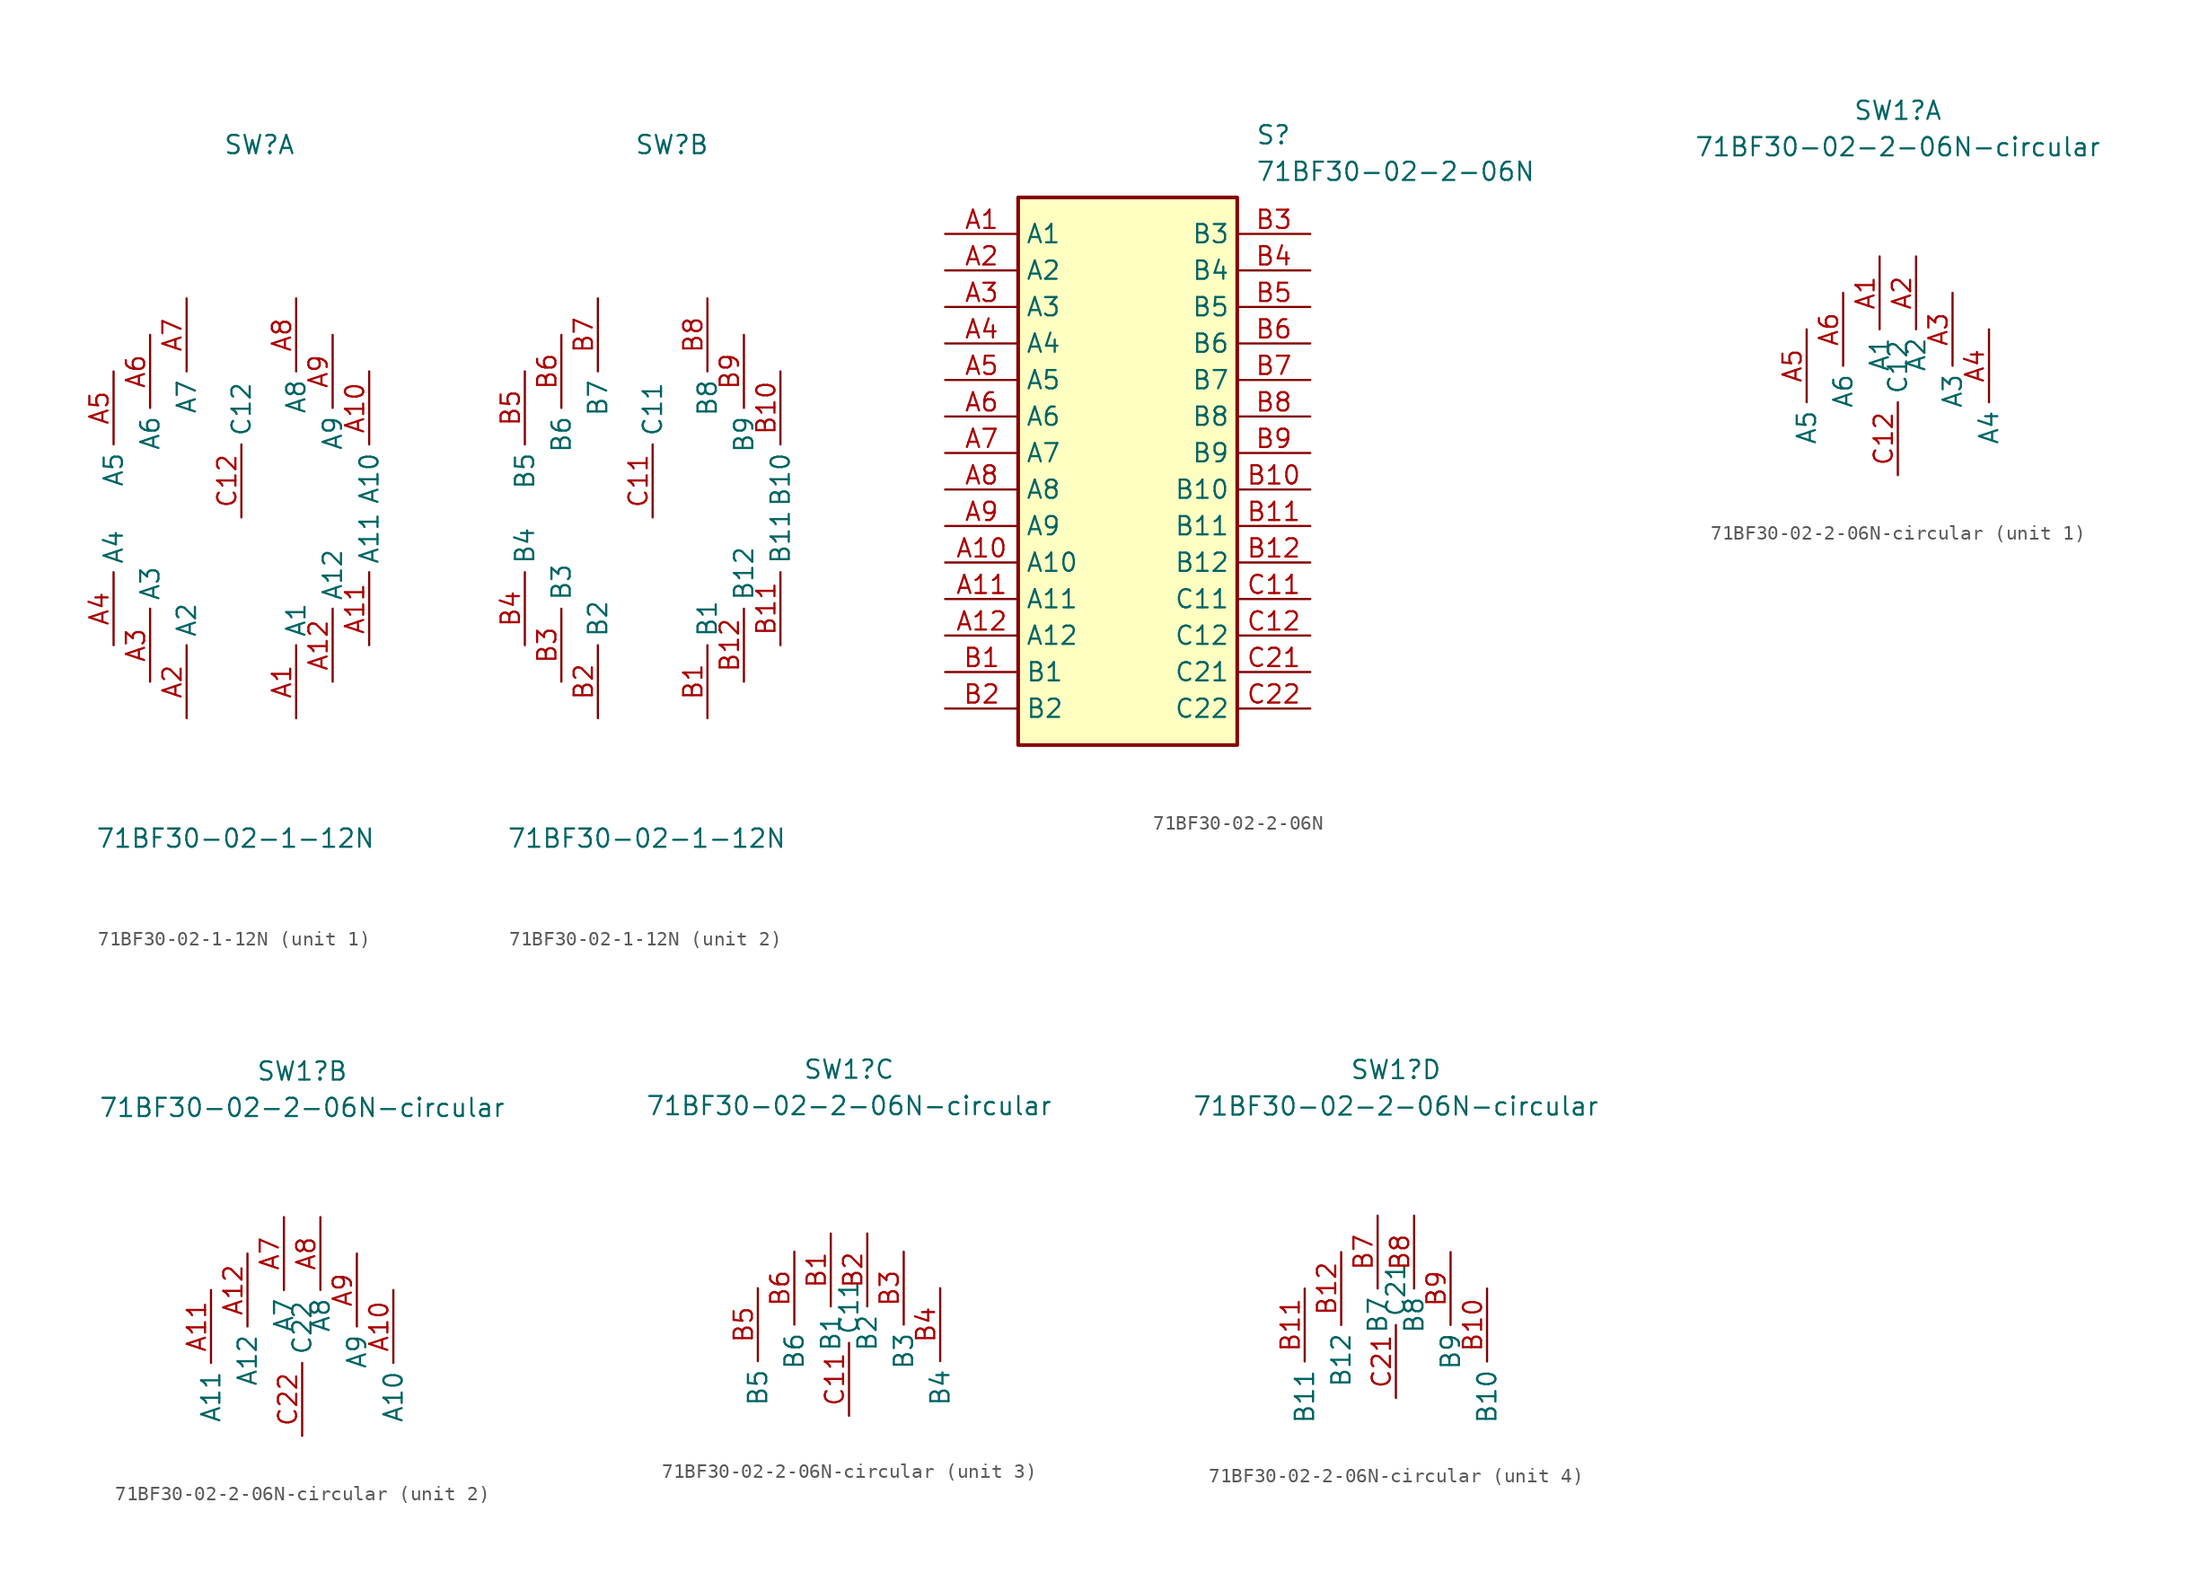
<source format=kicad_sym>
(kicad_symbol_lib
  (version 20220914)
  (generator kicad_symbol_editor)
  (symbol "71BF30-02-1-12N"
    (property "Reference" "SW"
      (at -1.27 26.67 0)
      (effects (font (size 1.27 1.27)) (justify left top)))
    (property "Value" "71BF30-02-1-12N"
      (at -10.16 -21.59 0)
      (effects (font (size 1.27 1.27)) (justify left top)))
    (symbol "71BF30-02-1-12N_1_1"
      (pin passive line (at 3.81 -13.97 90) (length 5.08) (name "A1" (effects (font (size 1.27 1.27)))) (number "A1" (effects (font (size 1.27 1.27)))))
      (pin passive line (at 8.89 10.16 270) (length 5.08) (name "A10" (effects (font (size 1.27 1.27)))) (number "A10" (effects (font (size 1.27 1.27)))))
      (pin passive line (at 8.89 -8.89 90) (length 5.08) (name "A11" (effects (font (size 1.27 1.27)))) (number "A11" (effects (font (size 1.27 1.27)))))
      (pin passive line (at 6.35 -11.43 90) (length 5.08) (name "A12" (effects (font (size 1.27 1.27)))) (number "A12" (effects (font (size 1.27 1.27)))))
      (pin passive line (at -3.81 -13.97 90) (length 5.08) (name "A2" (effects (font (size 1.27 1.27)))) (number "A2" (effects (font (size 1.27 1.27)))))
      (pin passive line (at -6.35 -11.43 90) (length 5.08) (name "A3" (effects (font (size 1.27 1.27)))) (number "A3" (effects (font (size 1.27 1.27)))))
      (pin passive line (at -8.89 -8.89 90) (length 5.08) (name "A4" (effects (font (size 1.27 1.27)))) (number "A4" (effects (font (size 1.27 1.27)))))
      (pin passive line (at -8.89 10.16 270) (length 5.08) (name "A5" (effects (font (size 1.27 1.27)))) (number "A5" (effects (font (size 1.27 1.27)))))
      (pin passive line (at -6.35 12.7 270) (length 5.08) (name "A6" (effects (font (size 1.27 1.27)))) (number "A6" (effects (font (size 1.27 1.27)))))
      (pin passive line (at -3.81 15.24 270) (length 5.08) (name "A7" (effects (font (size 1.27 1.27)))) (number "A7" (effects (font (size 1.27 1.27)))))
      (pin passive line (at 3.81 15.24 270) (length 5.08) (name "A8" (effects (font (size 1.27 1.27)))) (number "A8" (effects (font (size 1.27 1.27)))))
      (pin passive line (at 6.35 12.7 270) (length 5.08) (name "A9" (effects (font (size 1.27 1.27)))) (number "A9" (effects (font (size 1.27 1.27)))))
      (pin passive line (at 0 0 90) (length 5.08) (name "C12" (effects (font (size 1.27 1.27)))) (number "C12" (effects (font (size 1.27 1.27))))))
    (symbol "71BF30-02-1-12N_2_1"
      (pin passive line (at 3.81 -13.97 90) (length 5.08) (name "B1" (effects (font (size 1.27 1.27)))) (number "B1" (effects (font (size 1.27 1.27)))))
      (pin passive line (at 8.89 10.16 270) (length 5.08) (name "B10" (effects (font (size 1.27 1.27)))) (number "B10" (effects (font (size 1.27 1.27)))))
      (pin passive line (at 8.89 -8.89 90) (length 5.08) (name "B11" (effects (font (size 1.27 1.27)))) (number "B11" (effects (font (size 1.27 1.27)))))
      (pin passive line (at 6.35 -11.43 90) (length 5.08) (name "B12" (effects (font (size 1.27 1.27)))) (number "B12" (effects (font (size 1.27 1.27)))))
      (pin passive line (at -3.81 -13.97 90) (length 5.08) (name "B2" (effects (font (size 1.27 1.27)))) (number "B2" (effects (font (size 1.27 1.27)))))
      (pin passive line (at -6.35 -11.43 90) (length 5.08) (name "B3" (effects (font (size 1.27 1.27)))) (number "B3" (effects (font (size 1.27 1.27)))))
      (pin passive line (at -8.89 -8.89 90) (length 5.08) (name "B4" (effects (font (size 1.27 1.27)))) (number "B4" (effects (font (size 1.27 1.27)))))
      (pin passive line (at -8.89 10.16 270) (length 5.08) (name "B5" (effects (font (size 1.27 1.27)))) (number "B5" (effects (font (size 1.27 1.27)))))
      (pin passive line (at -6.35 12.7 270) (length 5.08) (name "B6" (effects (font (size 1.27 1.27)))) (number "B6" (effects (font (size 1.27 1.27)))))
      (pin passive line (at -3.81 15.24 270) (length 5.08) (name "B7" (effects (font (size 1.27 1.27)))) (number "B7" (effects (font (size 1.27 1.27)))))
      (pin passive line (at 3.81 15.24 270) (length 5.08) (name "B8" (effects (font (size 1.27 1.27)))) (number "B8" (effects (font (size 1.27 1.27)))))
      (pin passive line (at 6.35 12.7 270) (length 5.08) (name "B9" (effects (font (size 1.27 1.27)))) (number "B9" (effects (font (size 1.27 1.27)))))
      (pin passive line (at 0 0 90) (length 5.08) (name "C11" (effects (font (size 1.27 1.27)))) (number "C11" (effects (font (size 1.27 1.27)))))))
  (symbol "71BF30-02-2-06N"
    (property "Reference" "S"
      (at 21.59 7.62 0)
      (effects (font (size 1.27 1.27)) (justify left top)))
    (property "Value" "71BF30-02-2-06N"
      (at 21.59 5.08 0)
      (effects (font (size 1.27 1.27)) (justify left top)))
    (symbol "71BF30-02-2-06N_1_1"
      (rectangle (start 5.08 2.54) (end 20.32 -35.56) (stroke (width 0.254) (type default)) (fill (type background)))
      (pin passive line (at 0 0 0) (length 5.08) (name "A1" (effects (font (size 1.27 1.27)))) (number "A1" (effects (font (size 1.27 1.27)))))
      (pin passive line (at 0 -22.86 0) (length 5.08) (name "A10" (effects (font (size 1.27 1.27)))) (number "A10" (effects (font (size 1.27 1.27)))))
      (pin passive line (at 0 -25.4 0) (length 5.08) (name "A11" (effects (font (size 1.27 1.27)))) (number "A11" (effects (font (size 1.27 1.27)))))
      (pin passive line (at 0 -27.94 0) (length 5.08) (name "A12" (effects (font (size 1.27 1.27)))) (number "A12" (effects (font (size 1.27 1.27)))))
      (pin passive line (at 0 -2.54 0) (length 5.08) (name "A2" (effects (font (size 1.27 1.27)))) (number "A2" (effects (font (size 1.27 1.27)))))
      (pin passive line (at 0 -5.08 0) (length 5.08) (name "A3" (effects (font (size 1.27 1.27)))) (number "A3" (effects (font (size 1.27 1.27)))))
      (pin passive line (at 0 -7.62 0) (length 5.08) (name "A4" (effects (font (size 1.27 1.27)))) (number "A4" (effects (font (size 1.27 1.27)))))
      (pin passive line (at 0 -10.16 0) (length 5.08) (name "A5" (effects (font (size 1.27 1.27)))) (number "A5" (effects (font (size 1.27 1.27)))))
      (pin passive line (at 0 -12.7 0) (length 5.08) (name "A6" (effects (font (size 1.27 1.27)))) (number "A6" (effects (font (size 1.27 1.27)))))
      (pin passive line (at 0 -15.24 0) (length 5.08) (name "A7" (effects (font (size 1.27 1.27)))) (number "A7" (effects (font (size 1.27 1.27)))))
      (pin passive line (at 0 -17.78 0) (length 5.08) (name "A8" (effects (font (size 1.27 1.27)))) (number "A8" (effects (font (size 1.27 1.27)))))
      (pin passive line (at 0 -20.32 0) (length 5.08) (name "A9" (effects (font (size 1.27 1.27)))) (number "A9" (effects (font (size 1.27 1.27)))))
      (pin passive line (at 0 -30.48 0) (length 5.08) (name "B1" (effects (font (size 1.27 1.27)))) (number "B1" (effects (font (size 1.27 1.27)))))
      (pin passive line (at 25.4 -17.78 180) (length 5.08) (name "B10" (effects (font (size 1.27 1.27)))) (number "B10" (effects (font (size 1.27 1.27)))))
      (pin passive line (at 25.4 -20.32 180) (length 5.08) (name "B11" (effects (font (size 1.27 1.27)))) (number "B11" (effects (font (size 1.27 1.27)))))
      (pin passive line (at 25.4 -22.86 180) (length 5.08) (name "B12" (effects (font (size 1.27 1.27)))) (number "B12" (effects (font (size 1.27 1.27)))))
      (pin passive line (at 0 -33.02 0) (length 5.08) (name "B2" (effects (font (size 1.27 1.27)))) (number "B2" (effects (font (size 1.27 1.27)))))
      (pin passive line (at 25.4 0 180) (length 5.08) (name "B3" (effects (font (size 1.27 1.27)))) (number "B3" (effects (font (size 1.27 1.27)))))
      (pin passive line (at 25.4 -2.54 180) (length 5.08) (name "B4" (effects (font (size 1.27 1.27)))) (number "B4" (effects (font (size 1.27 1.27)))))
      (pin passive line (at 25.4 -5.08 180) (length 5.08) (name "B5" (effects (font (size 1.27 1.27)))) (number "B5" (effects (font (size 1.27 1.27)))))
      (pin passive line (at 25.4 -7.62 180) (length 5.08) (name "B6" (effects (font (size 1.27 1.27)))) (number "B6" (effects (font (size 1.27 1.27)))))
      (pin passive line (at 25.4 -10.16 180) (length 5.08) (name "B7" (effects (font (size 1.27 1.27)))) (number "B7" (effects (font (size 1.27 1.27)))))
      (pin passive line (at 25.4 -12.7 180) (length 5.08) (name "B8" (effects (font (size 1.27 1.27)))) (number "B8" (effects (font (size 1.27 1.27)))))
      (pin passive line (at 25.4 -15.24 180) (length 5.08) (name "B9" (effects (font (size 1.27 1.27)))) (number "B9" (effects (font (size 1.27 1.27)))))
      (pin passive line (at 25.4 -25.4 180) (length 5.08) (name "C11" (effects (font (size 1.27 1.27)))) (number "C11" (effects (font (size 1.27 1.27)))))
      (pin passive line (at 25.4 -27.94 180) (length 5.08) (name "C12" (effects (font (size 1.27 1.27)))) (number "C12" (effects (font (size 1.27 1.27)))))
      (pin passive line (at 25.4 -30.48 180) (length 5.08) (name "C21" (effects (font (size 1.27 1.27)))) (number "C21" (effects (font (size 1.27 1.27)))))
      (pin passive line (at 25.4 -33.02 180) (length 5.08) (name "C22" (effects (font (size 1.27 1.27)))) (number "C22" (effects (font (size 1.27 1.27)))))))
  (symbol "71BF30-02-2-06N-circular"
    (property "Reference" "SW1"
      (at 0 15.24 0)
      (effects (font (size 1.27 1.27))))
    (property "Value" "71BF30-02-2-06N-circular"
      (at 0 12.7 0)
      (effects (font (size 1.27 1.27))))
    (symbol "71BF30-02-2-06N-circular_1_1"
      (pin passive line (at -1.27 5.08 270) (length 5.08) (name "A1" (effects (font (size 1.27 1.27)))) (number "A1" (effects (font (size 1.27 1.27)))))
      (pin passive line (at 1.27 5.08 270) (length 5.08) (name "A2" (effects (font (size 1.27 1.27)))) (number "A2" (effects (font (size 1.27 1.27)))))
      (pin passive line (at 3.81 2.54 270) (length 5.08) (name "A3" (effects (font (size 1.27 1.27)))) (number "A3" (effects (font (size 1.27 1.27)))))
      (pin passive line (at 6.35 0 270) (length 5.08) (name "A4" (effects (font (size 1.27 1.27)))) (number "A4" (effects (font (size 1.27 1.27)))))
      (pin passive line (at -6.35 0 270) (length 5.08) (name "A5" (effects (font (size 1.27 1.27)))) (number "A5" (effects (font (size 1.27 1.27)))))
      (pin passive line (at -3.81 2.54 270) (length 5.08) (name "A6" (effects (font (size 1.27 1.27)))) (number "A6" (effects (font (size 1.27 1.27)))))
      (pin passive line (at 0 -10.16 90) (length 5.08) (name "C12" (effects (font (size 1.27 1.27)))) (number "C12" (effects (font (size 1.27 1.27))))))
    (symbol "71BF30-02-2-06N-circular_2_1"
      (pin passive line (at 6.35 0 270) (length 5.08) (name "A10" (effects (font (size 1.27 1.27)))) (number "A10" (effects (font (size 1.27 1.27)))))
      (pin passive line (at -6.35 0 270) (length 5.08) (name "A11" (effects (font (size 1.27 1.27)))) (number "A11" (effects (font (size 1.27 1.27)))))
      (pin passive line (at -3.81 2.54 270) (length 5.08) (name "A12" (effects (font (size 1.27 1.27)))) (number "A12" (effects (font (size 1.27 1.27)))))
      (pin passive line (at -1.27 5.08 270) (length 5.08) (name "A7" (effects (font (size 1.27 1.27)))) (number "A7" (effects (font (size 1.27 1.27)))))
      (pin passive line (at 1.27 5.08 270) (length 5.08) (name "A8" (effects (font (size 1.27 1.27)))) (number "A8" (effects (font (size 1.27 1.27)))))
      (pin passive line (at 3.81 2.54 270) (length 5.08) (name "A9" (effects (font (size 1.27 1.27)))) (number "A9" (effects (font (size 1.27 1.27)))))
      (pin passive line (at 0 -10.16 90) (length 5.08) (name "C22" (effects (font (size 1.27 1.27)))) (number "C22" (effects (font (size 1.27 1.27))))))
    (symbol "71BF30-02-2-06N-circular_3_1"
      (pin passive line (at -1.27 3.81 270) (length 5.08) (name "B1" (effects (font (size 1.27 1.27)))) (number "B1" (effects (font (size 1.27 1.27)))))
      (pin passive line (at 1.27 3.81 270) (length 5.08) (name "B2" (effects (font (size 1.27 1.27)))) (number "B2" (effects (font (size 1.27 1.27)))))
      (pin passive line (at 3.81 2.54 270) (length 5.08) (name "B3" (effects (font (size 1.27 1.27)))) (number "B3" (effects (font (size 1.27 1.27)))))
      (pin passive line (at 6.35 0 270) (length 5.08) (name "B4" (effects (font (size 1.27 1.27)))) (number "B4" (effects (font (size 1.27 1.27)))))
      (pin passive line (at -6.35 0 270) (length 5.08) (name "B5" (effects (font (size 1.27 1.27)))) (number "B5" (effects (font (size 1.27 1.27)))))
      (pin passive line (at -3.81 2.54 270) (length 5.08) (name "B6" (effects (font (size 1.27 1.27)))) (number "B6" (effects (font (size 1.27 1.27)))))
      (pin passive line (at 0 -8.89 90) (length 5.08) (name "C11" (effects (font (size 1.27 1.27)))) (number "C11" (effects (font (size 1.27 1.27))))))
    (symbol "71BF30-02-2-06N-circular_4_1"
      (pin passive line (at 6.35 0 270) (length 5.08) (name "B10" (effects (font (size 1.27 1.27)))) (number "B10" (effects (font (size 1.27 1.27)))))
      (pin passive line (at -6.35 0 270) (length 5.08) (name "B11" (effects (font (size 1.27 1.27)))) (number "B11" (effects (font (size 1.27 1.27)))))
      (pin passive line (at -3.81 2.54 270) (length 5.08) (name "B12" (effects (font (size 1.27 1.27)))) (number "B12" (effects (font (size 1.27 1.27)))))
      (pin passive line (at -1.27 5.08 270) (length 5.08) (name "B7" (effects (font (size 1.27 1.27)))) (number "B7" (effects (font (size 1.27 1.27)))))
      (pin passive line (at 1.27 5.08 270) (length 5.08) (name "B8" (effects (font (size 1.27 1.27)))) (number "B8" (effects (font (size 1.27 1.27)))))
      (pin passive line (at 3.81 2.54 270) (length 5.08) (name "B9" (effects (font (size 1.27 1.27)))) (number "B9" (effects (font (size 1.27 1.27)))))
      (pin passive line (at 0 -7.62 90) (length 5.08) (name "C21" (effects (font (size 1.27 1.27)))) (number "C21" (effects (font (size 1.27 1.27))))))))
</source>
